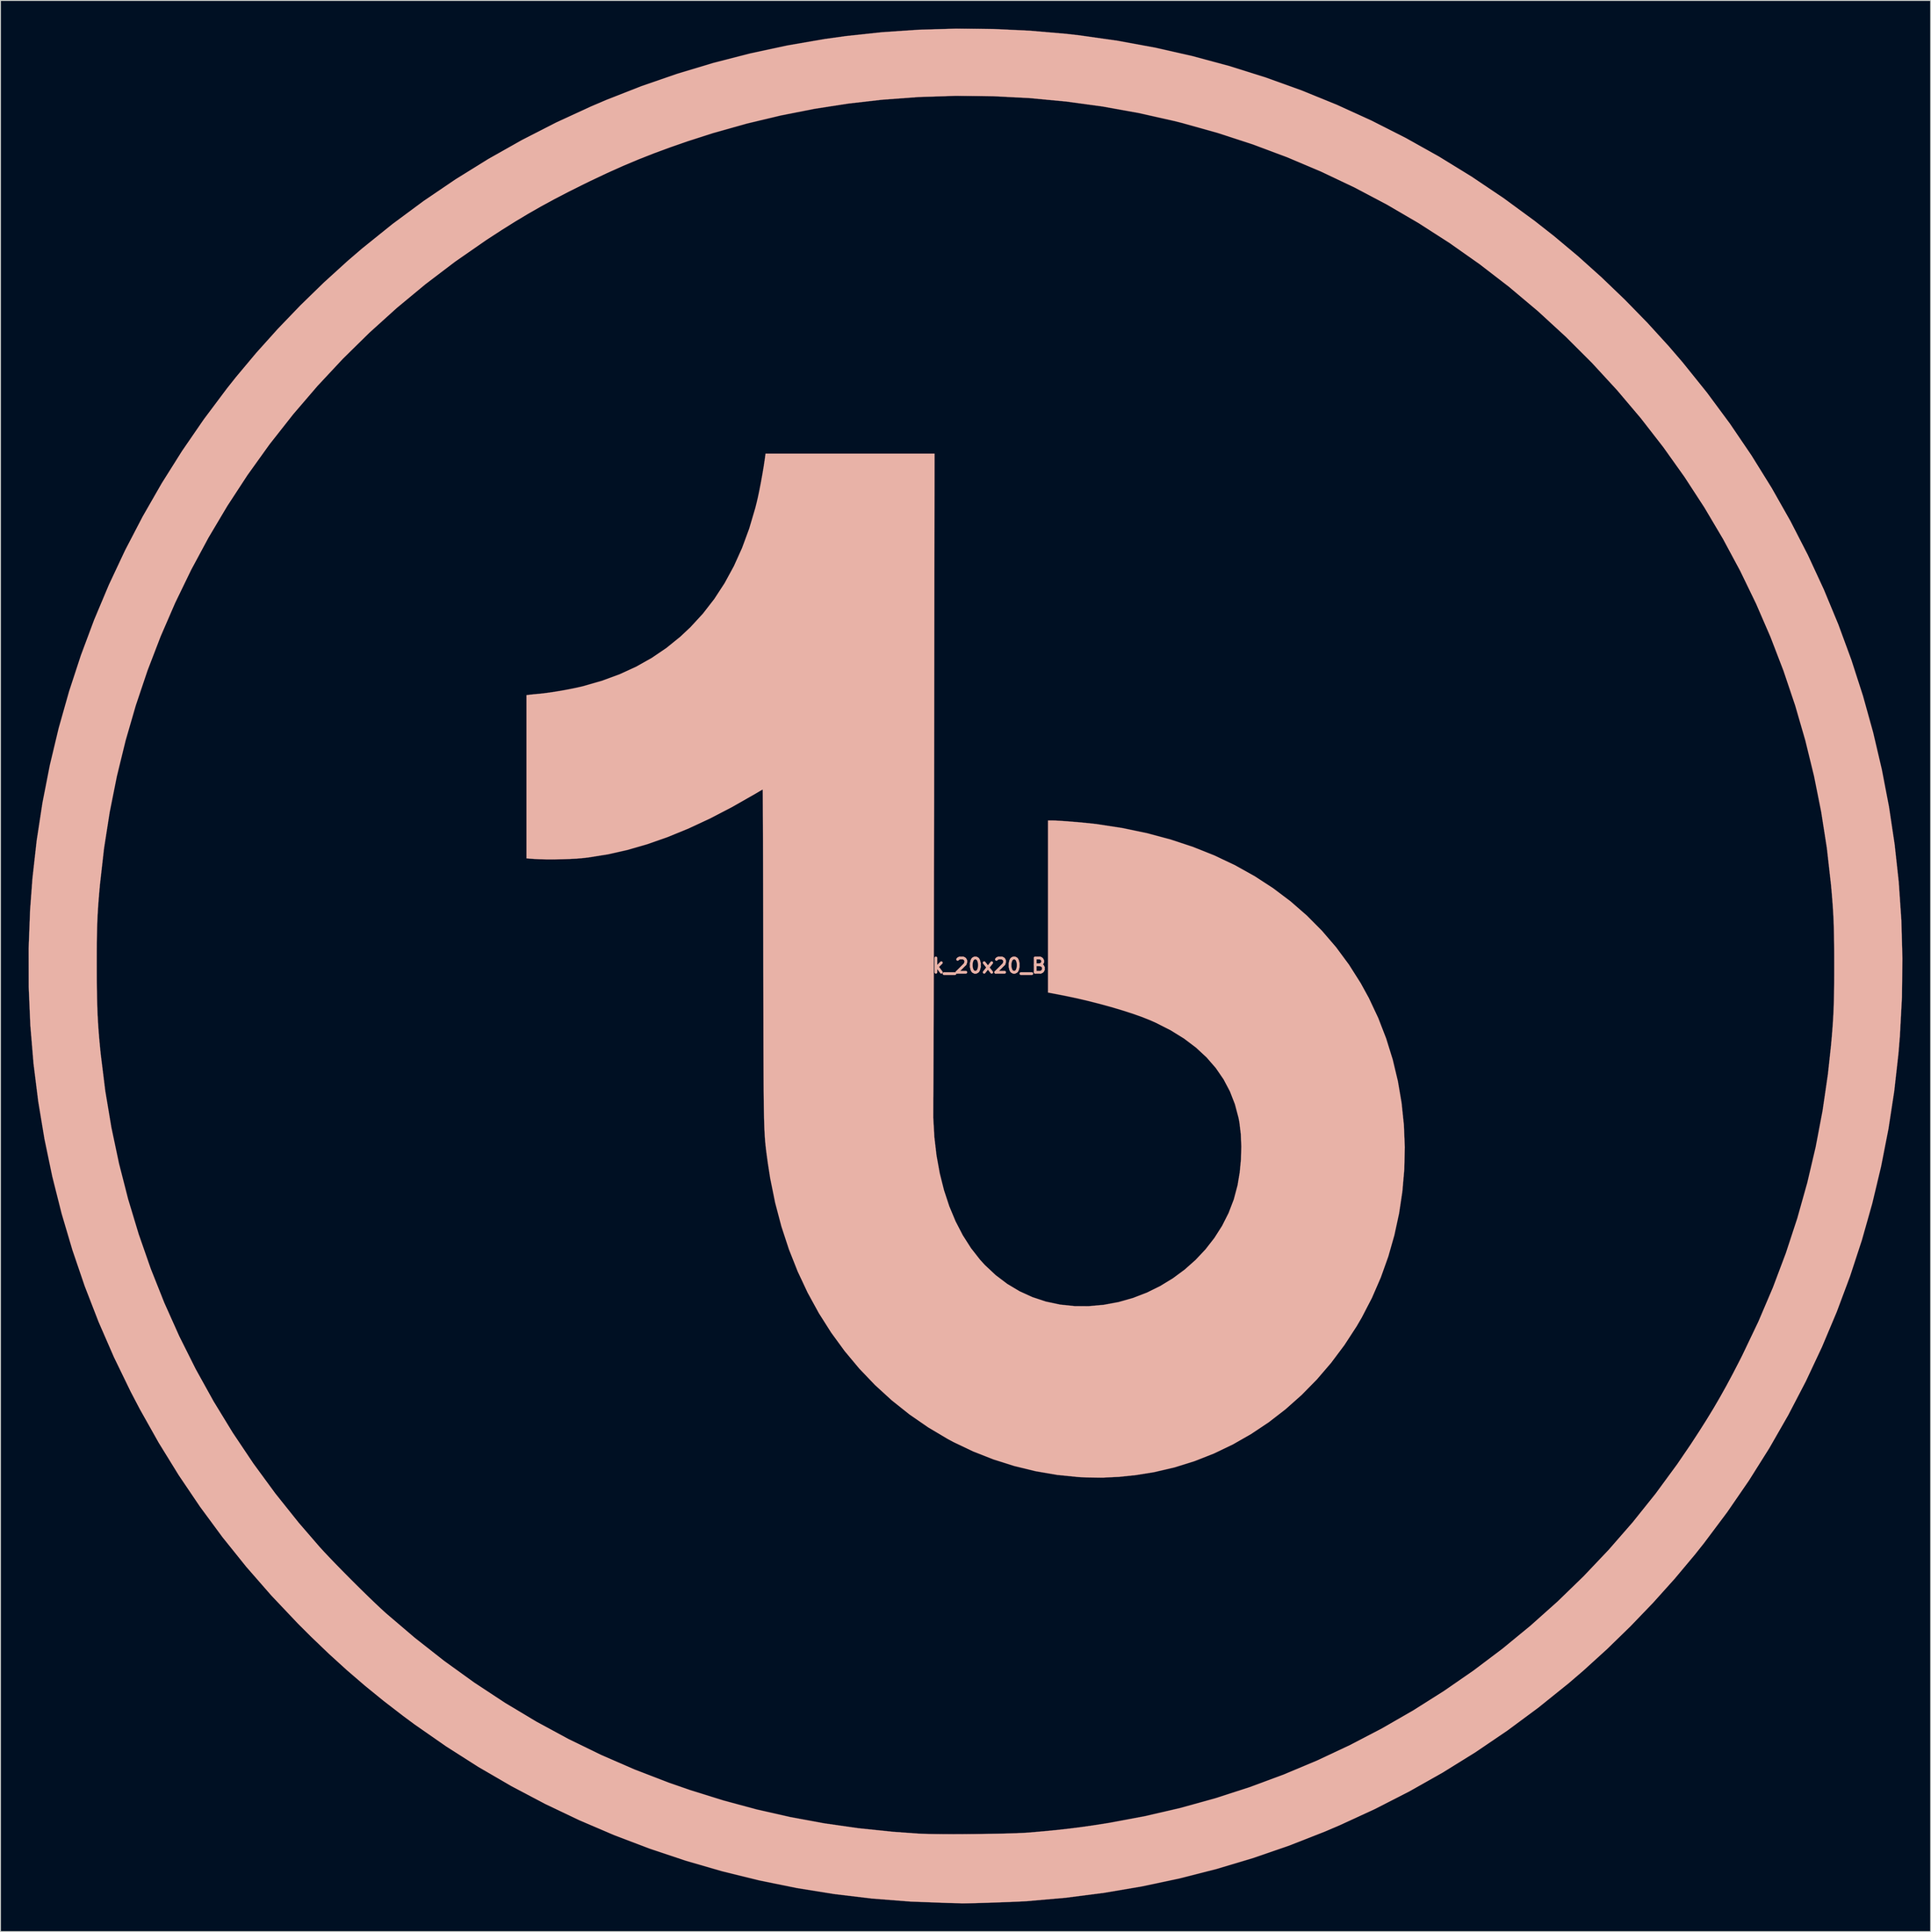
<source format=kicad_pcb>
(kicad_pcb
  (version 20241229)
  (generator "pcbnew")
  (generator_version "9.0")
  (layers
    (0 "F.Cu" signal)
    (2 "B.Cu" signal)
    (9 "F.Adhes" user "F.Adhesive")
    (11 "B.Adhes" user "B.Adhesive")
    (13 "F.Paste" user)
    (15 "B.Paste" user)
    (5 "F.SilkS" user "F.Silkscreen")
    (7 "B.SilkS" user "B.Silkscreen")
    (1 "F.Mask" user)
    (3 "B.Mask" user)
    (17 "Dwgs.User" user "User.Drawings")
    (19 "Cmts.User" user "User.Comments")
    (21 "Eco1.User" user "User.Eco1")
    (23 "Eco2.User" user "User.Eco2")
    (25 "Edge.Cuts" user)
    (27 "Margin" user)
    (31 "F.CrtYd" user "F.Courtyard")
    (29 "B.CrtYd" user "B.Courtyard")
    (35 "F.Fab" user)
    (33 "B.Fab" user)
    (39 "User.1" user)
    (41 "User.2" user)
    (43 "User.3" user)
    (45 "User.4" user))
  (footprint "tiktok_20x20_B"
    (layer "F.Cu")
    (at 99.931 99.934)
    (property "Reference" "tiktok_20x20_B" (at 0 0 0) (layer "B.SilkS") (effects (font (size 1.524 1.524) (thickness 0.3))))
    (attr through_hole)
    (fp_poly (pts (xy -3.341 -21.103) (xy -3.344 -18.713) (xy -3.347 -16.359) (xy -3.351 -14.047) (xy -3.354 -11.782) (xy -3.358 -9.57) (xy -3.362 -7.419) (xy -3.366 -5.334) (xy -3.37 -3.32) (xy -3.374 -1.385) (xy -3.378 0.466) (xy -3.383 2.227) (xy -3.387 3.892) (xy -3.391 5.454) (xy -3.396 6.907) (xy -3.4 8.246) (xy -3.404 9.464) (xy -3.409 10.555) (xy -3.413 11.514) (xy -3.417 12.333) (xy -3.421 13.007) (xy -3.425 13.53) (xy -3.429 13.896) (xy -3.432 14.097) (xy -3.435 16.211) (xy -3.319 18.26) (xy -3.088 20.235) (xy -2.744 22.129) (xy -2.29 23.935) (xy -1.727 25.643) (xy -1.058 27.247) (xy -0.286 28.737) (xy 0.588 30.108) (xy 1.559 31.349) (xy 2.07 31.908) (xy 3.224 32.989) (xy 4.458 33.922) (xy 5.767 34.704) (xy 7.145 35.333) (xy 8.589 35.808) (xy 10.094 36.127) (xy 11.655 36.288) (xy 13.123 36.295) (xy 14.745 36.151) (xy 16.33 35.857) (xy 17.87 35.42) (xy 19.354 34.848) (xy 20.773 34.148) (xy 22.117 33.33) (xy 23.377 32.4) (xy 24.543 31.366) (xy 25.605 30.237) (xy 26.553 29.02) (xy 27.378 27.724) (xy 28.07 26.355) (xy 28.62 24.922) (xy 29.018 23.432) (xy 29.033 23.359) (xy 29.256 22.015) (xy 29.386 20.638) (xy 29.424 19.267) (xy 29.369 17.941) (xy 29.22 16.7) (xy 29.129 16.214) (xy 28.743 14.761) (xy 28.21 13.39) (xy 27.529 12.102) (xy 26.7 10.895) (xy 25.722 9.77) (xy 24.597 8.726) (xy 23.324 7.764) (xy 21.902 6.883) (xy 20.331 6.084) (xy 19.685 5.797) (xy 18.842 5.461) (xy 17.859 5.113) (xy 16.765 4.759) (xy 15.587 4.408) (xy 14.354 4.069) (xy 13.093 3.748) (xy 11.834 3.454) (xy 10.603 3.195) (xy 10.266 3.129) (xy 8.805 2.851) (xy 8.805 -15.494) (xy 9.307 -15.494) (xy 9.624 -15.485) (xy 10.076 -15.461) (xy 10.628 -15.424) (xy 11.247 -15.377) (xy 11.899 -15.323) (xy 12.55 -15.264) (xy 13.166 -15.203) (xy 13.714 -15.144) (xy 14.012 -15.108) (xy 16.726 -14.691) (xy 19.34 -14.146) (xy 21.853 -13.475) (xy 24.262 -12.679) (xy 26.565 -11.759) (xy 28.76 -10.717) (xy 30.844 -9.554) (xy 32.816 -8.272) (xy 34.672 -6.873) (xy 36.412 -5.357) (xy 38.031 -3.726) (xy 39.529 -1.982) (xy 40.902 -0.126) (xy 42.149 1.84) (xy 43.022 3.429) (xy 44.024 5.56) (xy 44.874 7.755) (xy 45.573 10.004) (xy 46.121 12.296) (xy 46.517 14.622) (xy 46.763 16.971) (xy 46.859 19.334) (xy 46.806 21.7) (xy 46.602 24.059) (xy 46.25 26.401) (xy 45.749 28.717) (xy 45.1 30.995) (xy 44.303 33.226) (xy 43.359 35.401) (xy 42.267 37.508) (xy 41.723 38.439) (xy 40.415 40.448) (xy 38.996 42.342) (xy 37.473 44.116) (xy 35.851 45.765) (xy 34.138 47.287) (xy 32.339 48.677) (xy 30.461 49.929) (xy 28.509 51.042) (xy 26.49 52.009) (xy 24.41 52.827) (xy 22.275 53.492) (xy 20.093 53.999) (xy 18.161 54.309) (xy 16.376 54.493) (xy 14.661 54.576) (xy 12.954 54.56) (xy 12.075 54.516) (xy 9.78 54.286) (xy 7.489 53.893) (xy 5.222 53.342) (xy 2.997 52.639) (xy 0.831 51.787) (xy -1.257 50.794) (xy -1.872 50.466) (xy -3.974 49.217) (xy -5.974 47.837) (xy -7.867 46.329) (xy -9.651 44.699) (xy -11.323 42.95) (xy -12.879 41.088) (xy -14.318 39.117) (xy -15.635 37.041) (xy -16.828 34.865) (xy -17.894 32.594) (xy -18.83 30.232) (xy -19.633 27.784) (xy -20.3 25.254) (xy -20.828 22.647) (xy -21.078 21.04) (xy -21.129 20.672) (xy -21.176 20.331) (xy -21.22 20.012) (xy -21.259 19.704) (xy -21.296 19.402) (xy -21.329 19.096) (xy -21.359 18.78) (xy -21.386 18.446) (xy -21.41 18.087) (xy -21.431 17.693) (xy -21.451 17.259) (xy -21.467 16.776) (xy -21.482 16.236) (xy -21.495 15.632) (xy -21.507 14.956) (xy -21.516 14.201) (xy -21.524 13.358) (xy -21.531 12.421) (xy -21.537 11.381) (xy -21.542 10.231) (xy -21.547 8.963) (xy -21.551 7.57) (xy -21.554 6.043) (xy -21.557 4.376) (xy -21.56 2.56) (xy -21.564 0.587) (xy -21.566 -0.91) (xy -21.569 -2.638) (xy -21.573 -4.32) (xy -21.576 -5.948) (xy -21.58 -7.516) (xy -21.584 -9.015) (xy -21.587 -10.437) (xy -21.591 -11.775) (xy -21.595 -13.021) (xy -21.599 -14.166) (xy -21.603 -15.204) (xy -21.607 -16.126) (xy -21.611 -16.925) (xy -21.615 -17.593) (xy -21.618 -18.121) (xy -21.622 -18.503) (xy -21.625 -18.73) (xy -21.628 -18.796) (xy -21.709 -18.755) (xy -21.905 -18.645) (xy -22.186 -18.481) (xy -22.509 -18.291) (xy -24.911 -16.923) (xy -27.249 -15.708) (xy -29.528 -14.646) (xy -31.753 -13.734) (xy -33.929 -12.97) (xy -36.059 -12.354) (xy -38.148 -11.883) (xy -40.201 -11.556) (xy -40.874 -11.479) (xy -41.503 -11.427) (xy -42.248 -11.388) (xy -43.061 -11.361) (xy -43.896 -11.348) (xy -44.706 -11.349) (xy -45.445 -11.365) (xy -46.067 -11.397) (xy -46.122 -11.401) (xy -46.821 -11.455) (xy -46.821 -28.861) (xy -46.461 -28.906) (xy -46.183 -28.937) (xy -45.822 -28.972) (xy -45.508 -29) (xy -44.861 -29.07) (xy -44.101 -29.175) (xy -43.275 -29.308) (xy -42.434 -29.459) (xy -41.628 -29.621) (xy -40.905 -29.784) (xy -40.779 -29.815) (xy -38.779 -30.39) (xy -36.898 -31.08) (xy -35.13 -31.89) (xy -33.466 -32.825) (xy -31.9 -33.887) (xy -30.423 -35.082) (xy -29.331 -36.106) (xy -28.001 -37.552) (xy -26.786 -39.118) (xy -25.686 -40.806) (xy -24.7 -42.617) (xy -23.827 -44.551) (xy -23.067 -46.611) (xy -22.42 -48.796) (xy -22.269 -49.39) (xy -22.123 -50.023) (xy -21.966 -50.775) (xy -21.807 -51.596) (xy -21.655 -52.438) (xy -21.519 -53.25) (xy -21.409 -53.984) (xy -21.378 -54.208) (xy -21.326 -54.61) (xy -3.299 -54.61) (xy -3.341 -21.103)) (stroke (width 0.01) (type solid)) (fill yes) (layer "B.SilkS"))
    (fp_poly (pts (xy 2.918 -99.895) (xy 6.839 -99.712) (xy 10.714 -99.38) (xy 12.107 -99.223) (xy 16.184 -98.646) (xy 20.217 -97.906) (xy 24.203 -97.004) (xy 28.138 -95.943) (xy 32.02 -94.722) (xy 35.845 -93.345) (xy 39.608 -91.812) (xy 43.307 -90.125) (xy 46.938 -88.285) (xy 50.497 -86.294) (xy 53.981 -84.153) (xy 57.387 -81.864) (xy 60.71 -79.429) (xy 62.78 -77.804) (xy 65.327 -75.672) (xy 67.854 -73.403) (xy 70.33 -71.027) (xy 72.725 -68.575) (xy 75.005 -66.077) (xy 76.494 -64.347) (xy 79.088 -61.122) (xy 81.536 -57.813) (xy 83.838 -54.423) (xy 85.991 -50.957) (xy 87.995 -47.418) (xy 89.849 -43.81) (xy 91.55 -40.138) (xy 93.099 -36.406) (xy 94.493 -32.617) (xy 95.732 -28.777) (xy 96.814 -24.887) (xy 97.737 -20.954) (xy 98.502 -16.98) (xy 99.105 -12.97) (xy 99.547 -8.928) (xy 99.825 -4.857) (xy 99.939 -0.763) (xy 99.888 3.351) (xy 99.669 7.482) (xy 99.519 9.313) (xy 99.064 13.378) (xy 98.445 17.408) (xy 97.662 21.4) (xy 96.718 25.349) (xy 95.614 29.251) (xy 94.352 33.103) (xy 92.934 36.898) (xy 91.361 40.634) (xy 89.636 44.306) (xy 87.76 47.909) (xy 85.735 51.44) (xy 83.562 54.893) (xy 81.243 58.265) (xy 78.781 61.551) (xy 77.805 62.78) (xy 75.638 65.366) (xy 73.335 67.928) (xy 70.925 70.434) (xy 68.439 72.853) (xy 65.909 75.153) (xy 64.347 76.494) (xy 61.11 79.098) (xy 57.79 81.555) (xy 54.385 83.865) (xy 50.896 86.029) (xy 47.321 88.046) (xy 43.66 89.919) (xy 39.911 91.645) (xy 38.312 92.327) (xy 34.522 93.813) (xy 30.672 95.141) (xy 26.767 96.31) (xy 22.811 97.319) (xy 18.808 98.168) (xy 14.761 98.854) (xy 10.675 99.378) (xy 6.562 99.738) (xy 6.235 99.757) (xy 5.795 99.779) (xy 5.264 99.802) (xy 4.661 99.827) (xy 4.01 99.851) (xy 3.331 99.876) (xy 2.646 99.899) (xy 1.977 99.92) (xy 1.345 99.939) (xy 0.772 99.955) (xy 0.279 99.967) (xy -0.112 99.974) (xy -0.38 99.976) (xy -0.504 99.972) (xy -0.508 99.971) (xy -0.603 99.963) (xy -0.837 99.955) (xy -1.177 99.946) (xy -1.594 99.937) (xy -1.778 99.934) (xy -5.876 99.781) (xy -9.952 99.462) (xy -14.001 98.979) (xy -18.018 98.332) (xy -21.998 97.523) (xy -25.936 96.554) (xy -29.829 95.426) (xy -33.671 94.142) (xy -37.458 92.703) (xy -41.185 91.109) (xy -44.846 89.364) (xy -48.439 87.468) (xy -51.957 85.424) (xy -55.396 83.232) (xy -58.752 80.895) (xy -59.986 79.982) (xy -62.061 78.383) (xy -64.044 76.77) (xy -65.971 75.113) (xy -67.875 73.383) (xy -69.79 71.548) (xy -71.206 70.135) (xy -74.027 67.157) (xy -76.706 64.091) (xy -79.244 60.932) (xy -81.645 57.677) (xy -83.913 54.32) (xy -86.05 50.857) (xy -88.06 47.283) (xy -89.034 45.424) (xy -90.827 41.729) (xy -92.462 37.976) (xy -93.938 34.17) (xy -95.253 30.314) (xy -96.408 26.413) (xy -97.401 22.469) (xy -98.232 18.488) (xy -98.9 14.472) (xy -99.404 10.426) (xy -99.744 6.353) (xy -99.918 2.258) (xy -99.923 -0.333) (xy -92.66 -0.333) (xy -92.66 0.042) (xy -92.657 1.307) (xy -92.647 2.431) (xy -92.63 3.441) (xy -92.605 4.366) (xy -92.571 5.235) (xy -92.525 6.074) (xy -92.468 6.913) (xy -92.397 7.779) (xy -92.311 8.7) (xy -92.241 9.398) (xy -91.754 13.334) (xy -91.104 17.228) (xy -90.291 21.075) (xy -89.319 24.873) (xy -88.188 28.619) (xy -86.9 32.308) (xy -85.456 35.937) (xy -83.858 39.504) (xy -82.107 43.004) (xy -80.205 46.434) (xy -78.154 49.791) (xy -75.955 53.071) (xy -73.609 56.271) (xy -71.118 59.388) (xy -68.9 61.955) (xy -68.435 62.464) (xy -67.871 63.062) (xy -67.23 63.729) (xy -66.532 64.444) (xy -65.799 65.185) (xy -65.052 65.932) (xy -64.313 66.662) (xy -63.601 67.356) (xy -62.94 67.991) (xy -62.349 68.547) (xy -61.85 69.002) (xy -61.807 69.041) (xy -58.735 71.66) (xy -55.598 74.124) (xy -52.394 76.433) (xy -49.12 78.588) (xy -45.775 80.592) (xy -42.355 82.444) (xy -38.859 84.147) (xy -35.286 85.702) (xy -31.631 87.11) (xy -29.379 87.891) (xy -25.816 89.003) (xy -22.26 89.962) (xy -18.691 90.771) (xy -15.089 91.435) (xy -11.434 91.958) (xy -7.706 92.343) (xy -4.953 92.537) (xy -4.449 92.559) (xy -3.802 92.575) (xy -3.036 92.586) (xy -2.173 92.593) (xy -1.238 92.594) (xy -0.254 92.591) (xy 0.757 92.584) (xy 1.771 92.572) (xy 2.764 92.557) (xy 3.713 92.539) (xy 4.596 92.517) (xy 5.388 92.492) (xy 6.066 92.464) (xy 6.607 92.433) (xy 6.773 92.421) (xy 8.296 92.29) (xy 9.695 92.154) (xy 11.015 92.008) (xy 12.301 91.845) (xy 13.6 91.661) (xy 14.955 91.45) (xy 15.325 91.39) (xy 19.146 90.676) (xy 22.924 89.801) (xy 26.654 88.767) (xy 30.331 87.577) (xy 33.95 86.234) (xy 37.506 84.743) (xy 40.996 83.104) (xy 44.414 81.323) (xy 47.755 79.401) (xy 51.015 77.342) (xy 54.189 75.149) (xy 57.273 72.825) (xy 60.26 70.372) (xy 63.148 67.795) (xy 65.931 65.097) (xy 68.604 62.279) (xy 71.163 59.346) (xy 73.603 56.3) (xy 75.919 53.144) (xy 77.344 51.054) (xy 78.232 49.694) (xy 79.038 48.423) (xy 79.783 47.202) (xy 80.489 45.991) (xy 81.181 44.752) (xy 81.88 43.446) (xy 82.609 42.033) (xy 82.861 41.533) (xy 84.573 37.948) (xy 86.122 34.316) (xy 87.508 30.638) (xy 88.731 26.913) (xy 89.791 23.143) (xy 90.688 19.326) (xy 91.423 15.463) (xy 91.994 11.553) (xy 92.323 8.509) (xy 92.404 7.605) (xy 92.471 6.783) (xy 92.526 6.012) (xy 92.57 5.266) (xy 92.604 4.516) (xy 92.629 3.734) (xy 92.647 2.891) (xy 92.658 1.96) (xy 92.663 0.911) (xy 92.664 -0.085) (xy 92.662 -1.247) (xy 92.655 -2.268) (xy 92.643 -3.176) (xy 92.625 -4) (xy 92.599 -4.768) (xy 92.564 -5.509) (xy 92.519 -6.25) (xy 92.462 -7.02) (xy 92.394 -7.847) (xy 92.324 -8.636) (xy 91.883 -12.543) (xy 91.278 -16.413) (xy 90.512 -20.241) (xy 89.586 -24.024) (xy 88.503 -27.757) (xy 87.264 -31.435) (xy 85.873 -35.054) (xy 84.331 -38.611) (xy 82.641 -42.1) (xy 80.804 -45.517) (xy 78.824 -48.859) (xy 76.702 -52.12) (xy 74.44 -55.296) (xy 72.041 -58.384) (xy 69.506 -61.378) (xy 66.839 -64.275) (xy 64.041 -67.069) (xy 61.114 -69.758) (xy 60.989 -69.867) (xy 57.967 -72.408) (xy 54.847 -74.811) (xy 51.634 -77.074) (xy 48.333 -79.195) (xy 44.946 -81.172) (xy 41.479 -83.002) (xy 37.936 -84.683) (xy 34.321 -86.213) (xy 30.637 -87.591) (xy 26.889 -88.813) (xy 23.082 -89.878) (xy 22.295 -90.076) (xy 18.486 -90.933) (xy 14.637 -91.626) (xy 10.753 -92.157) (xy 6.843 -92.524) (xy 2.914 -92.727) (xy -1.028 -92.765) (xy -4.975 -92.639) (xy -8.92 -92.348) (xy -12.488 -91.941) (xy -16.095 -91.382) (xy -19.719 -90.668) (xy -23.331 -89.805) (xy -26.901 -88.8) (xy -29.591 -87.937) (xy -31.466 -87.286) (xy -33.222 -86.638) (xy -34.908 -85.974) (xy -36.57 -85.274) (xy -38.255 -84.518) (xy -40.011 -83.687) (xy -40.682 -83.36) (xy -42.32 -82.543) (xy -43.836 -81.755) (xy -45.269 -80.976) (xy -46.659 -80.182) (xy -48.044 -79.352) (xy -49.464 -78.462) (xy -50.958 -77.491) (xy -51.181 -77.343) (xy -54.44 -75.081) (xy -57.596 -72.684) (xy -60.645 -70.158) (xy -63.584 -67.505) (xy -66.408 -64.729) (xy -69.115 -61.832) (xy -71.701 -58.82) (xy -74.162 -55.694) (xy -74.308 -55.499) (xy -76.596 -52.307) (xy -78.74 -49.025) (xy -80.741 -45.66) (xy -82.594 -42.217) (xy -84.298 -38.7) (xy -85.852 -35.117) (xy -87.253 -31.471) (xy -88.498 -27.768) (xy -89.587 -24.014) (xy -90.516 -20.214) (xy -91.284 -16.374) (xy -91.889 -12.499) (xy -92.324 -8.636) (xy -92.402 -7.756) (xy -92.468 -6.959) (xy -92.522 -6.219) (xy -92.565 -5.507) (xy -92.599 -4.798) (xy -92.624 -4.064) (xy -92.642 -3.278) (xy -92.653 -2.412) (xy -92.659 -1.439) (xy -92.66 -0.333) (xy -99.923 -0.333) (xy -99.926 -1.855) (xy -99.768 -5.983) (xy -99.519 -9.313) (xy -99.064 -13.378) (xy -98.445 -17.408) (xy -97.662 -21.4) (xy -96.718 -25.349) (xy -95.614 -29.251) (xy -94.352 -33.103) (xy -92.934 -36.898) (xy -91.361 -40.634) (xy -89.636 -44.306) (xy -87.76 -47.909) (xy -85.735 -51.44) (xy -83.562 -54.893) (xy -81.243 -58.265) (xy -78.781 -61.551) (xy -77.805 -62.78) (xy -75.638 -65.366) (xy -73.335 -67.928) (xy -70.925 -70.434) (xy -68.439 -72.853) (xy -65.909 -75.153) (xy -64.347 -76.494) (xy -61.11 -79.098) (xy -57.79 -81.555) (xy -54.385 -83.865) (xy -50.896 -86.029) (xy -47.321 -88.046) (xy -43.66 -89.919) (xy -39.911 -91.645) (xy -38.312 -92.327) (xy -34.571 -93.794) (xy -30.757 -95.111) (xy -26.884 -96.276) (xy -22.963 -97.284) (xy -19.009 -98.133) (xy -15.035 -98.819) (xy -12.742 -99.138) (xy -8.88 -99.551) (xy -4.966 -99.814) (xy -1.025 -99.929) (xy 2.918 -99.895)) (stroke (width 0.01) (type solid)) (fill yes) (layer "B.SilkS")))
  (gr_rect
    (start -3 -3)
    (end 202.876 202.915)
    (stroke (width 0.1) (type default))
    (fill no)
    (layer "Edge.Cuts")))
</source>
